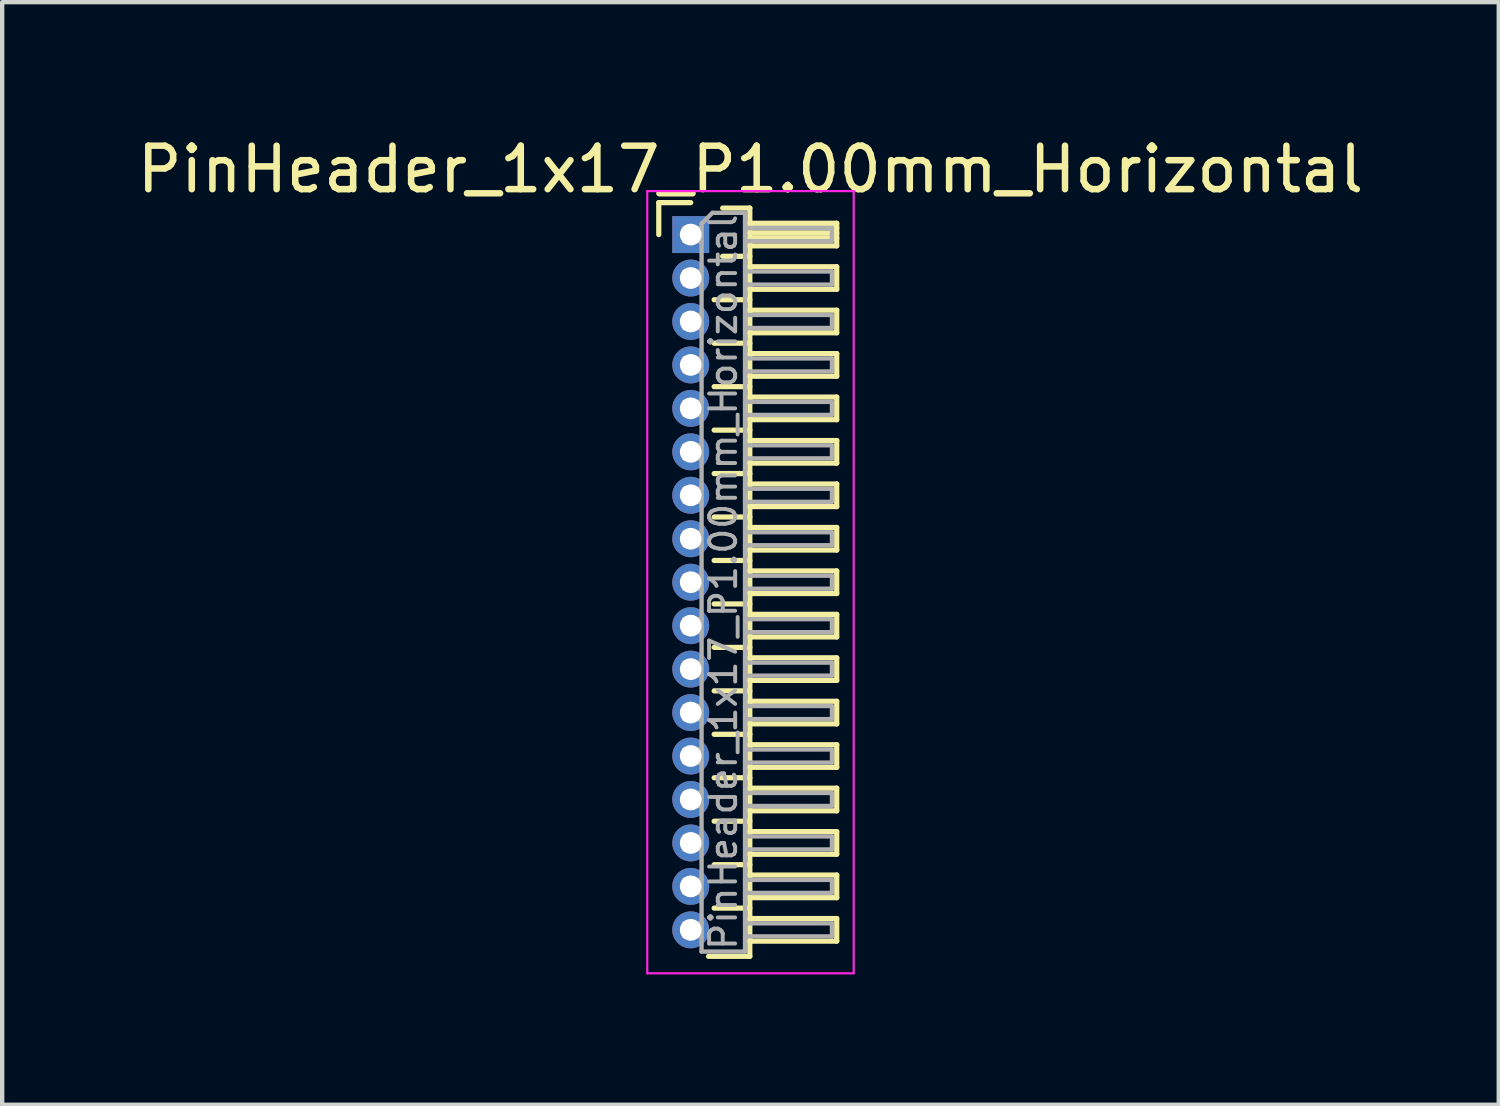
<source format=kicad_pcb>
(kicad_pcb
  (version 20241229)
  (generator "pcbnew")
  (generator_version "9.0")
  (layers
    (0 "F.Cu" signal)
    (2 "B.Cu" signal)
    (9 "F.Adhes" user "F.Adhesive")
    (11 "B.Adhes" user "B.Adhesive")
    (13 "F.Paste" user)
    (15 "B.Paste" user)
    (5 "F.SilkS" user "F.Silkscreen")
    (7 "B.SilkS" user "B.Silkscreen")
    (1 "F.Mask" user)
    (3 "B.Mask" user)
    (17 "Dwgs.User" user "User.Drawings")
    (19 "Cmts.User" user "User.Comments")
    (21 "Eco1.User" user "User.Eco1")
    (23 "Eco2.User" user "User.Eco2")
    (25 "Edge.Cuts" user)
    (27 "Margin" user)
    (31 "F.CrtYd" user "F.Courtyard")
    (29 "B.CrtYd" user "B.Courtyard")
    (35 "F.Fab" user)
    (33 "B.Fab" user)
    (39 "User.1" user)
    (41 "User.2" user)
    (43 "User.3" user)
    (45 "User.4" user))
  (footprint "PinHeader_1x17_P1.00mm_Horizontal"
    (layer "F.Cu")
    (at 12.845 2.348)
    (property "Reference" "PinHeader_1x17_P1.00mm_Horizontal" (at 1.375 -1.5 0) (layer "F.SilkS") (effects (font (size 1 1) (thickness 0.15))))
    (attr through_hole)
    (fp_line (start -0.735 -0.735) (end 0 -0.735) (stroke (width 0.12) (type solid)) (layer "F.SilkS"))
    (fp_line (start -0.735 0) (end -0.735 -0.735) (stroke (width 0.12) (type solid)) (layer "F.SilkS"))
    (fp_line (start 0.539 1.5) (end 1.36 1.5) (stroke (width 0.12) (type solid)) (layer "F.SilkS"))
    (fp_line (start 0.539 2.5) (end 1.36 2.5) (stroke (width 0.12) (type solid)) (layer "F.SilkS"))
    (fp_line (start 0.539 3.5) (end 1.36 3.5) (stroke (width 0.12) (type solid)) (layer "F.SilkS"))
    (fp_line (start 0.539 4.5) (end 1.36 4.5) (stroke (width 0.12) (type solid)) (layer "F.SilkS"))
    (fp_line (start 0.539 5.5) (end 1.36 5.5) (stroke (width 0.12) (type solid)) (layer "F.SilkS"))
    (fp_line (start 0.539 6.5) (end 1.36 6.5) (stroke (width 0.12) (type solid)) (layer "F.SilkS"))
    (fp_line (start 0.539 7.5) (end 1.36 7.5) (stroke (width 0.12) (type solid)) (layer "F.SilkS"))
    (fp_line (start 0.539 8.5) (end 1.36 8.5) (stroke (width 0.12) (type solid)) (layer "F.SilkS"))
    (fp_line (start 0.539 9.5) (end 1.36 9.5) (stroke (width 0.12) (type solid)) (layer "F.SilkS"))
    (fp_line (start 0.539 10.5) (end 1.36 10.5) (stroke (width 0.12) (type solid)) (layer "F.SilkS"))
    (fp_line (start 0.539 11.5) (end 1.36 11.5) (stroke (width 0.12) (type solid)) (layer "F.SilkS"))
    (fp_line (start 0.539 12.5) (end 1.36 12.5) (stroke (width 0.12) (type solid)) (layer "F.SilkS"))
    (fp_line (start 0.539 13.5) (end 1.36 13.5) (stroke (width 0.12) (type solid)) (layer "F.SilkS"))
    (fp_line (start 0.539 14.5) (end 1.36 14.5) (stroke (width 0.12) (type solid)) (layer "F.SilkS"))
    (fp_line (start 0.539 15.5) (end 1.36 15.5) (stroke (width 0.12) (type solid)) (layer "F.SilkS"))
    (fp_line (start 0.735 -0.61) (end 1.36 -0.61) (stroke (width 0.12) (type solid)) (layer "F.SilkS"))
    (fp_line (start 0.735 0.5) (end 1.36 0.5) (stroke (width 0.12) (type solid)) (layer "F.SilkS"))
    (fp_line (start 1.36 -0.61) (end 1.36 16.61) (stroke (width 0.12) (type solid)) (layer "F.SilkS"))
    (fp_line (start 1.36 -0.26) (end 3.36 -0.26) (stroke (width 0.12) (type solid)) (layer "F.SilkS"))
    (fp_line (start 1.36 -0.15) (end 3.36 -0.15) (stroke (width 0.12) (type solid)) (layer "F.SilkS"))
    (fp_line (start 1.36 -0.03) (end 3.36 -0.03) (stroke (width 0.12) (type solid)) (layer "F.SilkS"))
    (fp_line (start 1.36 0.09) (end 3.36 0.09) (stroke (width 0.12) (type solid)) (layer "F.SilkS"))
    (fp_line (start 1.36 0.74) (end 3.36 0.74) (stroke (width 0.12) (type solid)) (layer "F.SilkS"))
    (fp_line (start 1.36 1.74) (end 3.36 1.74) (stroke (width 0.12) (type solid)) (layer "F.SilkS"))
    (fp_line (start 1.36 2.74) (end 3.36 2.74) (stroke (width 0.12) (type solid)) (layer "F.SilkS"))
    (fp_line (start 1.36 3.74) (end 3.36 3.74) (stroke (width 0.12) (type solid)) (layer "F.SilkS"))
    (fp_line (start 1.36 4.74) (end 3.36 4.74) (stroke (width 0.12) (type solid)) (layer "F.SilkS"))
    (fp_line (start 1.36 5.74) (end 3.36 5.74) (stroke (width 0.12) (type solid)) (layer "F.SilkS"))
    (fp_line (start 1.36 6.74) (end 3.36 6.74) (stroke (width 0.12) (type solid)) (layer "F.SilkS"))
    (fp_line (start 1.36 7.74) (end 3.36 7.74) (stroke (width 0.12) (type solid)) (layer "F.SilkS"))
    (fp_line (start 1.36 8.74) (end 3.36 8.74) (stroke (width 0.12) (type solid)) (layer "F.SilkS"))
    (fp_line (start 1.36 9.74) (end 3.36 9.74) (stroke (width 0.12) (type solid)) (layer "F.SilkS"))
    (fp_line (start 1.36 10.74) (end 3.36 10.74) (stroke (width 0.12) (type solid)) (layer "F.SilkS"))
    (fp_line (start 1.36 11.74) (end 3.36 11.74) (stroke (width 0.12) (type solid)) (layer "F.SilkS"))
    (fp_line (start 1.36 12.74) (end 3.36 12.74) (stroke (width 0.12) (type solid)) (layer "F.SilkS"))
    (fp_line (start 1.36 13.74) (end 3.36 13.74) (stroke (width 0.12) (type solid)) (layer "F.SilkS"))
    (fp_line (start 1.36 14.74) (end 3.36 14.74) (stroke (width 0.12) (type solid)) (layer "F.SilkS"))
    (fp_line (start 1.36 15.74) (end 3.36 15.74) (stroke (width 0.12) (type solid)) (layer "F.SilkS"))
    (fp_line (start 1.36 16.61) (end 0.41 16.61) (stroke (width 0.12) (type solid)) (layer "F.SilkS"))
    (fp_line (start 3.36 -0.26) (end 3.36 0.26) (stroke (width 0.12) (type solid)) (layer "F.SilkS"))
    (fp_line (start 3.36 0.26) (end 1.36 0.26) (stroke (width 0.12) (type solid)) (layer "F.SilkS"))
    (fp_line (start 3.36 0.74) (end 3.36 1.26) (stroke (width 0.12) (type solid)) (layer "F.SilkS"))
    (fp_line (start 3.36 1.26) (end 1.36 1.26) (stroke (width 0.12) (type solid)) (layer "F.SilkS"))
    (fp_line (start 3.36 1.74) (end 3.36 2.26) (stroke (width 0.12) (type solid)) (layer "F.SilkS"))
    (fp_line (start 3.36 2.26) (end 1.36 2.26) (stroke (width 0.12) (type solid)) (layer "F.SilkS"))
    (fp_line (start 3.36 2.74) (end 3.36 3.26) (stroke (width 0.12) (type solid)) (layer "F.SilkS"))
    (fp_line (start 3.36 3.26) (end 1.36 3.26) (stroke (width 0.12) (type solid)) (layer "F.SilkS"))
    (fp_line (start 3.36 3.74) (end 3.36 4.26) (stroke (width 0.12) (type solid)) (layer "F.SilkS"))
    (fp_line (start 3.36 4.26) (end 1.36 4.26) (stroke (width 0.12) (type solid)) (layer "F.SilkS"))
    (fp_line (start 3.36 4.74) (end 3.36 5.26) (stroke (width 0.12) (type solid)) (layer "F.SilkS"))
    (fp_line (start 3.36 5.26) (end 1.36 5.26) (stroke (width 0.12) (type solid)) (layer "F.SilkS"))
    (fp_line (start 3.36 5.74) (end 3.36 6.26) (stroke (width 0.12) (type solid)) (layer "F.SilkS"))
    (fp_line (start 3.36 6.26) (end 1.36 6.26) (stroke (width 0.12) (type solid)) (layer "F.SilkS"))
    (fp_line (start 3.36 6.74) (end 3.36 7.26) (stroke (width 0.12) (type solid)) (layer "F.SilkS"))
    (fp_line (start 3.36 7.26) (end 1.36 7.26) (stroke (width 0.12) (type solid)) (layer "F.SilkS"))
    (fp_line (start 3.36 7.74) (end 3.36 8.26) (stroke (width 0.12) (type solid)) (layer "F.SilkS"))
    (fp_line (start 3.36 8.26) (end 1.36 8.26) (stroke (width 0.12) (type solid)) (layer "F.SilkS"))
    (fp_line (start 3.36 8.74) (end 3.36 9.26) (stroke (width 0.12) (type solid)) (layer "F.SilkS"))
    (fp_line (start 3.36 9.26) (end 1.36 9.26) (stroke (width 0.12) (type solid)) (layer "F.SilkS"))
    (fp_line (start 3.36 9.74) (end 3.36 10.26) (stroke (width 0.12) (type solid)) (layer "F.SilkS"))
    (fp_line (start 3.36 10.26) (end 1.36 10.26) (stroke (width 0.12) (type solid)) (layer "F.SilkS"))
    (fp_line (start 3.36 10.74) (end 3.36 11.26) (stroke (width 0.12) (type solid)) (layer "F.SilkS"))
    (fp_line (start 3.36 11.26) (end 1.36 11.26) (stroke (width 0.12) (type solid)) (layer "F.SilkS"))
    (fp_line (start 3.36 11.74) (end 3.36 12.26) (stroke (width 0.12) (type solid)) (layer "F.SilkS"))
    (fp_line (start 3.36 12.26) (end 1.36 12.26) (stroke (width 0.12) (type solid)) (layer "F.SilkS"))
    (fp_line (start 3.36 12.74) (end 3.36 13.26) (stroke (width 0.12) (type solid)) (layer "F.SilkS"))
    (fp_line (start 3.36 13.26) (end 1.36 13.26) (stroke (width 0.12) (type solid)) (layer "F.SilkS"))
    (fp_line (start 3.36 13.74) (end 3.36 14.26) (stroke (width 0.12) (type solid)) (layer "F.SilkS"))
    (fp_line (start 3.36 14.26) (end 1.36 14.26) (stroke (width 0.12) (type solid)) (layer "F.SilkS"))
    (fp_line (start 3.36 14.74) (end 3.36 15.26) (stroke (width 0.12) (type solid)) (layer "F.SilkS"))
    (fp_line (start 3.36 15.26) (end 1.36 15.26) (stroke (width 0.12) (type solid)) (layer "F.SilkS"))
    (fp_line (start 3.36 15.74) (end 3.36 16.26) (stroke (width 0.12) (type solid)) (layer "F.SilkS"))
    (fp_line (start 3.36 16.26) (end 1.36 16.26) (stroke (width 0.12) (type solid)) (layer "F.SilkS"))
    (fp_line (start -1 -1) (end -1 17) (stroke (width 0.05) (type solid)) (layer "F.CrtYd"))
    (fp_line (start -1 17) (end 3.75 17) (stroke (width 0.05) (type solid)) (layer "F.CrtYd"))
    (fp_line (start 3.75 -1) (end -1 -1) (stroke (width 0.05) (type solid)) (layer "F.CrtYd"))
    (fp_line (start 3.75 17) (end 3.75 -1) (stroke (width 0.05) (type solid)) (layer "F.CrtYd"))
    (fp_line (start -0.15 -0.15) (end -0.15 0.15) (stroke (width 0.1) (type solid)) (layer "F.Fab"))
    (fp_line (start -0.15 -0.15) (end 0.25 -0.15) (stroke (width 0.1) (type solid)) (layer "F.Fab"))
    (fp_line (start -0.15 0.15) (end 0.25 0.15) (stroke (width 0.1) (type solid)) (layer "F.Fab"))
    (fp_line (start -0.15 0.85) (end -0.15 1.15) (stroke (width 0.1) (type solid)) (layer "F.Fab"))
    (fp_line (start -0.15 0.85) (end 0.25 0.85) (stroke (width 0.1) (type solid)) (layer "F.Fab"))
    (fp_line (start -0.15 1.15) (end 0.25 1.15) (stroke (width 0.1) (type solid)) (layer "F.Fab"))
    (fp_line (start -0.15 1.85) (end -0.15 2.15) (stroke (width 0.1) (type solid)) (layer "F.Fab"))
    (fp_line (start -0.15 1.85) (end 0.25 1.85) (stroke (width 0.1) (type solid)) (layer "F.Fab"))
    (fp_line (start -0.15 2.15) (end 0.25 2.15) (stroke (width 0.1) (type solid)) (layer "F.Fab"))
    (fp_line (start -0.15 2.85) (end -0.15 3.15) (stroke (width 0.1) (type solid)) (layer "F.Fab"))
    (fp_line (start -0.15 2.85) (end 0.25 2.85) (stroke (width 0.1) (type solid)) (layer "F.Fab"))
    (fp_line (start -0.15 3.15) (end 0.25 3.15) (stroke (width 0.1) (type solid)) (layer "F.Fab"))
    (fp_line (start -0.15 3.85) (end -0.15 4.15) (stroke (width 0.1) (type solid)) (layer "F.Fab"))
    (fp_line (start -0.15 3.85) (end 0.25 3.85) (stroke (width 0.1) (type solid)) (layer "F.Fab"))
    (fp_line (start -0.15 4.15) (end 0.25 4.15) (stroke (width 0.1) (type solid)) (layer "F.Fab"))
    (fp_line (start -0.15 4.85) (end -0.15 5.15) (stroke (width 0.1) (type solid)) (layer "F.Fab"))
    (fp_line (start -0.15 4.85) (end 0.25 4.85) (stroke (width 0.1) (type solid)) (layer "F.Fab"))
    (fp_line (start -0.15 5.15) (end 0.25 5.15) (stroke (width 0.1) (type solid)) (layer "F.Fab"))
    (fp_line (start -0.15 5.85) (end -0.15 6.15) (stroke (width 0.1) (type solid)) (layer "F.Fab"))
    (fp_line (start -0.15 5.85) (end 0.25 5.85) (stroke (width 0.1) (type solid)) (layer "F.Fab"))
    (fp_line (start -0.15 6.15) (end 0.25 6.15) (stroke (width 0.1) (type solid)) (layer "F.Fab"))
    (fp_line (start -0.15 6.85) (end -0.15 7.15) (stroke (width 0.1) (type solid)) (layer "F.Fab"))
    (fp_line (start -0.15 6.85) (end 0.25 6.85) (stroke (width 0.1) (type solid)) (layer "F.Fab"))
    (fp_line (start -0.15 7.15) (end 0.25 7.15) (stroke (width 0.1) (type solid)) (layer "F.Fab"))
    (fp_line (start -0.15 7.85) (end -0.15 8.15) (stroke (width 0.1) (type solid)) (layer "F.Fab"))
    (fp_line (start -0.15 7.85) (end 0.25 7.85) (stroke (width 0.1) (type solid)) (layer "F.Fab"))
    (fp_line (start -0.15 8.15) (end 0.25 8.15) (stroke (width 0.1) (type solid)) (layer "F.Fab"))
    (fp_line (start -0.15 8.85) (end -0.15 9.15) (stroke (width 0.1) (type solid)) (layer "F.Fab"))
    (fp_line (start -0.15 8.85) (end 0.25 8.85) (stroke (width 0.1) (type solid)) (layer "F.Fab"))
    (fp_line (start -0.15 9.15) (end 0.25 9.15) (stroke (width 0.1) (type solid)) (layer "F.Fab"))
    (fp_line (start -0.15 9.85) (end -0.15 10.15) (stroke (width 0.1) (type solid)) (layer "F.Fab"))
    (fp_line (start -0.15 9.85) (end 0.25 9.85) (stroke (width 0.1) (type solid)) (layer "F.Fab"))
    (fp_line (start -0.15 10.15) (end 0.25 10.15) (stroke (width 0.1) (type solid)) (layer "F.Fab"))
    (fp_line (start -0.15 10.85) (end -0.15 11.15) (stroke (width 0.1) (type solid)) (layer "F.Fab"))
    (fp_line (start -0.15 10.85) (end 0.25 10.85) (stroke (width 0.1) (type solid)) (layer "F.Fab"))
    (fp_line (start -0.15 11.15) (end 0.25 11.15) (stroke (width 0.1) (type solid)) (layer "F.Fab"))
    (fp_line (start -0.15 11.85) (end -0.15 12.15) (stroke (width 0.1) (type solid)) (layer "F.Fab"))
    (fp_line (start -0.15 11.85) (end 0.25 11.85) (stroke (width 0.1) (type solid)) (layer "F.Fab"))
    (fp_line (start -0.15 12.15) (end 0.25 12.15) (stroke (width 0.1) (type solid)) (layer "F.Fab"))
    (fp_line (start -0.15 12.85) (end -0.15 13.15) (stroke (width 0.1) (type solid)) (layer "F.Fab"))
    (fp_line (start -0.15 12.85) (end 0.25 12.85) (stroke (width 0.1) (type solid)) (layer "F.Fab"))
    (fp_line (start -0.15 13.15) (end 0.25 13.15) (stroke (width 0.1) (type solid)) (layer "F.Fab"))
    (fp_line (start -0.15 13.85) (end -0.15 14.15) (stroke (width 0.1) (type solid)) (layer "F.Fab"))
    (fp_line (start -0.15 13.85) (end 0.25 13.85) (stroke (width 0.1) (type solid)) (layer "F.Fab"))
    (fp_line (start -0.15 14.15) (end 0.25 14.15) (stroke (width 0.1) (type solid)) (layer "F.Fab"))
    (fp_line (start -0.15 14.85) (end -0.15 15.15) (stroke (width 0.1) (type solid)) (layer "F.Fab"))
    (fp_line (start -0.15 14.85) (end 0.25 14.85) (stroke (width 0.1) (type solid)) (layer "F.Fab"))
    (fp_line (start -0.15 15.15) (end 0.25 15.15) (stroke (width 0.1) (type solid)) (layer "F.Fab"))
    (fp_line (start -0.15 15.85) (end -0.15 16.15) (stroke (width 0.1) (type solid)) (layer "F.Fab"))
    (fp_line (start -0.15 15.85) (end 0.25 15.85) (stroke (width 0.1) (type solid)) (layer "F.Fab"))
    (fp_line (start -0.15 16.15) (end 0.25 16.15) (stroke (width 0.1) (type solid)) (layer "F.Fab"))
    (fp_line (start 0.25 -0.25) (end 0.5 -0.5) (stroke (width 0.1) (type solid)) (layer "F.Fab"))
    (fp_line (start 0.25 16.5) (end 0.25 -0.25) (stroke (width 0.1) (type solid)) (layer "F.Fab"))
    (fp_line (start 0.5 -0.5) (end 1.25 -0.5) (stroke (width 0.1) (type solid)) (layer "F.Fab"))
    (fp_line (start 1.25 -0.5) (end 1.25 16.5) (stroke (width 0.1) (type solid)) (layer "F.Fab"))
    (fp_line (start 1.25 -0.15) (end 3.25 -0.15) (stroke (width 0.1) (type solid)) (layer "F.Fab"))
    (fp_line (start 1.25 0.15) (end 3.25 0.15) (stroke (width 0.1) (type solid)) (layer "F.Fab"))
    (fp_line (start 1.25 0.85) (end 3.25 0.85) (stroke (width 0.1) (type solid)) (layer "F.Fab"))
    (fp_line (start 1.25 1.15) (end 3.25 1.15) (stroke (width 0.1) (type solid)) (layer "F.Fab"))
    (fp_line (start 1.25 1.85) (end 3.25 1.85) (stroke (width 0.1) (type solid)) (layer "F.Fab"))
    (fp_line (start 1.25 2.15) (end 3.25 2.15) (stroke (width 0.1) (type solid)) (layer "F.Fab"))
    (fp_line (start 1.25 2.85) (end 3.25 2.85) (stroke (width 0.1) (type solid)) (layer "F.Fab"))
    (fp_line (start 1.25 3.15) (end 3.25 3.15) (stroke (width 0.1) (type solid)) (layer "F.Fab"))
    (fp_line (start 1.25 3.85) (end 3.25 3.85) (stroke (width 0.1) (type solid)) (layer "F.Fab"))
    (fp_line (start 1.25 4.15) (end 3.25 4.15) (stroke (width 0.1) (type solid)) (layer "F.Fab"))
    (fp_line (start 1.25 4.85) (end 3.25 4.85) (stroke (width 0.1) (type solid)) (layer "F.Fab"))
    (fp_line (start 1.25 5.15) (end 3.25 5.15) (stroke (width 0.1) (type solid)) (layer "F.Fab"))
    (fp_line (start 1.25 5.85) (end 3.25 5.85) (stroke (width 0.1) (type solid)) (layer "F.Fab"))
    (fp_line (start 1.25 6.15) (end 3.25 6.15) (stroke (width 0.1) (type solid)) (layer "F.Fab"))
    (fp_line (start 1.25 6.85) (end 3.25 6.85) (stroke (width 0.1) (type solid)) (layer "F.Fab"))
    (fp_line (start 1.25 7.15) (end 3.25 7.15) (stroke (width 0.1) (type solid)) (layer "F.Fab"))
    (fp_line (start 1.25 7.85) (end 3.25 7.85) (stroke (width 0.1) (type solid)) (layer "F.Fab"))
    (fp_line (start 1.25 8.15) (end 3.25 8.15) (stroke (width 0.1) (type solid)) (layer "F.Fab"))
    (fp_line (start 1.25 8.85) (end 3.25 8.85) (stroke (width 0.1) (type solid)) (layer "F.Fab"))
    (fp_line (start 1.25 9.15) (end 3.25 9.15) (stroke (width 0.1) (type solid)) (layer "F.Fab"))
    (fp_line (start 1.25 9.85) (end 3.25 9.85) (stroke (width 0.1) (type solid)) (layer "F.Fab"))
    (fp_line (start 1.25 10.15) (end 3.25 10.15) (stroke (width 0.1) (type solid)) (layer "F.Fab"))
    (fp_line (start 1.25 10.85) (end 3.25 10.85) (stroke (width 0.1) (type solid)) (layer "F.Fab"))
    (fp_line (start 1.25 11.15) (end 3.25 11.15) (stroke (width 0.1) (type solid)) (layer "F.Fab"))
    (fp_line (start 1.25 11.85) (end 3.25 11.85) (stroke (width 0.1) (type solid)) (layer "F.Fab"))
    (fp_line (start 1.25 12.15) (end 3.25 12.15) (stroke (width 0.1) (type solid)) (layer "F.Fab"))
    (fp_line (start 1.25 12.85) (end 3.25 12.85) (stroke (width 0.1) (type solid)) (layer "F.Fab"))
    (fp_line (start 1.25 13.15) (end 3.25 13.15) (stroke (width 0.1) (type solid)) (layer "F.Fab"))
    (fp_line (start 1.25 13.85) (end 3.25 13.85) (stroke (width 0.1) (type solid)) (layer "F.Fab"))
    (fp_line (start 1.25 14.15) (end 3.25 14.15) (stroke (width 0.1) (type solid)) (layer "F.Fab"))
    (fp_line (start 1.25 14.85) (end 3.25 14.85) (stroke (width 0.1) (type solid)) (layer "F.Fab"))
    (fp_line (start 1.25 15.15) (end 3.25 15.15) (stroke (width 0.1) (type solid)) (layer "F.Fab"))
    (fp_line (start 1.25 15.85) (end 3.25 15.85) (stroke (width 0.1) (type solid)) (layer "F.Fab"))
    (fp_line (start 1.25 16.15) (end 3.25 16.15) (stroke (width 0.1) (type solid)) (layer "F.Fab"))
    (fp_line (start 1.25 16.5) (end 0.25 16.5) (stroke (width 0.1) (type solid)) (layer "F.Fab"))
    (fp_line (start 3.25 -0.15) (end 3.25 0.15) (stroke (width 0.1) (type solid)) (layer "F.Fab"))
    (fp_line (start 3.25 0.85) (end 3.25 1.15) (stroke (width 0.1) (type solid)) (layer "F.Fab"))
    (fp_line (start 3.25 1.85) (end 3.25 2.15) (stroke (width 0.1) (type solid)) (layer "F.Fab"))
    (fp_line (start 3.25 2.85) (end 3.25 3.15) (stroke (width 0.1) (type solid)) (layer "F.Fab"))
    (fp_line (start 3.25 3.85) (end 3.25 4.15) (stroke (width 0.1) (type solid)) (layer "F.Fab"))
    (fp_line (start 3.25 4.85) (end 3.25 5.15) (stroke (width 0.1) (type solid)) (layer "F.Fab"))
    (fp_line (start 3.25 5.85) (end 3.25 6.15) (stroke (width 0.1) (type solid)) (layer "F.Fab"))
    (fp_line (start 3.25 6.85) (end 3.25 7.15) (stroke (width 0.1) (type solid)) (layer "F.Fab"))
    (fp_line (start 3.25 7.85) (end 3.25 8.15) (stroke (width 0.1) (type solid)) (layer "F.Fab"))
    (fp_line (start 3.25 8.85) (end 3.25 9.15) (stroke (width 0.1) (type solid)) (layer "F.Fab"))
    (fp_line (start 3.25 9.85) (end 3.25 10.15) (stroke (width 0.1) (type solid)) (layer "F.Fab"))
    (fp_line (start 3.25 10.85) (end 3.25 11.15) (stroke (width 0.1) (type solid)) (layer "F.Fab"))
    (fp_line (start 3.25 11.85) (end 3.25 12.15) (stroke (width 0.1) (type solid)) (layer "F.Fab"))
    (fp_line (start 3.25 12.85) (end 3.25 13.15) (stroke (width 0.1) (type solid)) (layer "F.Fab"))
    (fp_line (start 3.25 13.85) (end 3.25 14.15) (stroke (width 0.1) (type solid)) (layer "F.Fab"))
    (fp_line (start 3.25 14.85) (end 3.25 15.15) (stroke (width 0.1) (type solid)) (layer "F.Fab"))
    (fp_line (start 3.25 15.85) (end 3.25 16.15) (stroke (width 0.1) (type solid)) (layer "F.Fab"))
    (fp_text user "${REFERENCE}" (at 0.75 8 90) (layer "F.Fab") (effects (font (size 0.6 0.6) (thickness 0.09))))
    (pad "1" thru_hole rect (at 0 0) (size 0.85 0.85) (drill 0.5) (layers "*.Cu" "*.Mask"))
    (pad "2" thru_hole circle (at 0 1) (size 0.85 0.85) (drill 0.5) (layers "*.Cu" "*.Mask"))
    (pad "3" thru_hole circle (at 0 2) (size 0.85 0.85) (drill 0.5) (layers "*.Cu" "*.Mask"))
    (pad "4" thru_hole circle (at 0 3) (size 0.85 0.85) (drill 0.5) (layers "*.Cu" "*.Mask"))
    (pad "5" thru_hole circle (at 0 4) (size 0.85 0.85) (drill 0.5) (layers "*.Cu" "*.Mask"))
    (pad "6" thru_hole circle (at 0 5) (size 0.85 0.85) (drill 0.5) (layers "*.Cu" "*.Mask"))
    (pad "7" thru_hole circle (at 0 6) (size 0.85 0.85) (drill 0.5) (layers "*.Cu" "*.Mask"))
    (pad "8" thru_hole circle (at 0 7) (size 0.85 0.85) (drill 0.5) (layers "*.Cu" "*.Mask"))
    (pad "9" thru_hole circle (at 0 8) (size 0.85 0.85) (drill 0.5) (layers "*.Cu" "*.Mask"))
    (pad "10" thru_hole circle (at 0 9) (size 0.85 0.85) (drill 0.5) (layers "*.Cu" "*.Mask"))
    (pad "11" thru_hole circle (at 0 10) (size 0.85 0.85) (drill 0.5) (layers "*.Cu" "*.Mask"))
    (pad "12" thru_hole circle (at 0 11) (size 0.85 0.85) (drill 0.5) (layers "*.Cu" "*.Mask"))
    (pad "13" thru_hole circle (at 0 12) (size 0.85 0.85) (drill 0.5) (layers "*.Cu" "*.Mask"))
    (pad "14" thru_hole circle (at 0 13) (size 0.85 0.85) (drill 0.5) (layers "*.Cu" "*.Mask"))
    (pad "15" thru_hole circle (at 0 14) (size 0.85 0.85) (drill 0.5) (layers "*.Cu" "*.Mask"))
    (pad "16" thru_hole circle (at 0 15) (size 0.85 0.85) (drill 0.5) (layers "*.Cu" "*.Mask"))
    (pad "17" thru_hole circle (at 0 16) (size 0.85 0.85) (drill 0.5) (layers "*.Cu" "*.Mask")))
  (gr_rect
    (start -3 -3)
    (end 31.44 22.373)
    (stroke (width 0.1) (type default))
    (fill no)
    (layer "Edge.Cuts")))
</source>
